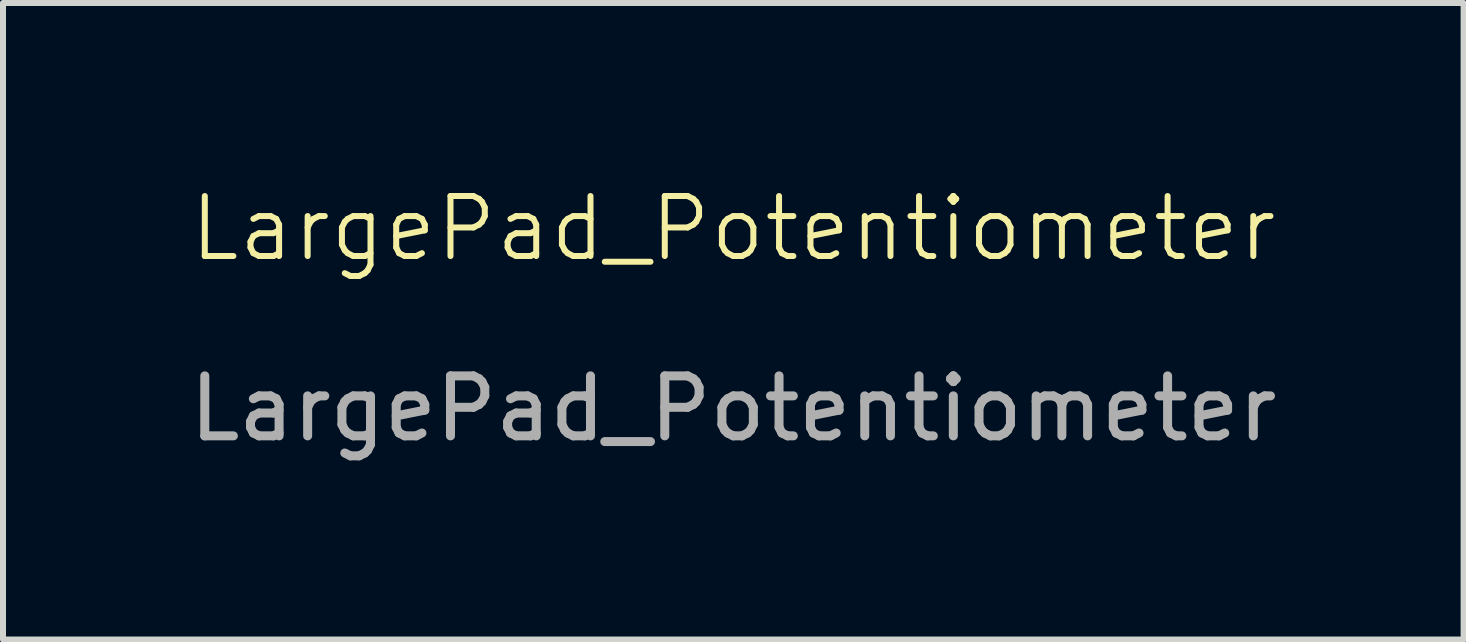
<source format=kicad_pcb>
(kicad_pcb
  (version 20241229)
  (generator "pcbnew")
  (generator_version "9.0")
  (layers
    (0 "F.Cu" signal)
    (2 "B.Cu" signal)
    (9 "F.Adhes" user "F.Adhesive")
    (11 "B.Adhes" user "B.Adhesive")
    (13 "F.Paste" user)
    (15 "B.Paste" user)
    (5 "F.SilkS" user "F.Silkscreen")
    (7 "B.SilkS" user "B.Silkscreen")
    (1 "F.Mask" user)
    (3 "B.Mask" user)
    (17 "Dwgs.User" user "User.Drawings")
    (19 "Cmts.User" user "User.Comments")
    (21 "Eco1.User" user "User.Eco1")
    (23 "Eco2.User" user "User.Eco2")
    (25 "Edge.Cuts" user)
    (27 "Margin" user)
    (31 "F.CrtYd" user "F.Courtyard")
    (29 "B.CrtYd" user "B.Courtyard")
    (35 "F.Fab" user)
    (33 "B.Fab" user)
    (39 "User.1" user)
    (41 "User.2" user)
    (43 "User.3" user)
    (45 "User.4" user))
  (footprint "LargePad_Potentiometer"
    (layer "F.Cu")
    (at 9.173 1.26)
    (property "Reference" "LargePad_Potentiometer" (at 0 -0.5 0) (unlocked yes) (layer "F.SilkS") (effects (font (size 1 1) (thickness 0.1))))
    (attr through_hole)
    (fp_text user "${REFERENCE}" (at 0 2.5 0) (unlocked yes) (layer "F.Fab") (effects (font (size 1 1) (thickness 0.15)))))
  (gr_rect
    (start -3 -3)
    (end 21.345 7.609)
    (stroke (width 0.1) (type default))
    (fill no)
    (layer "Edge.Cuts")))
</source>
